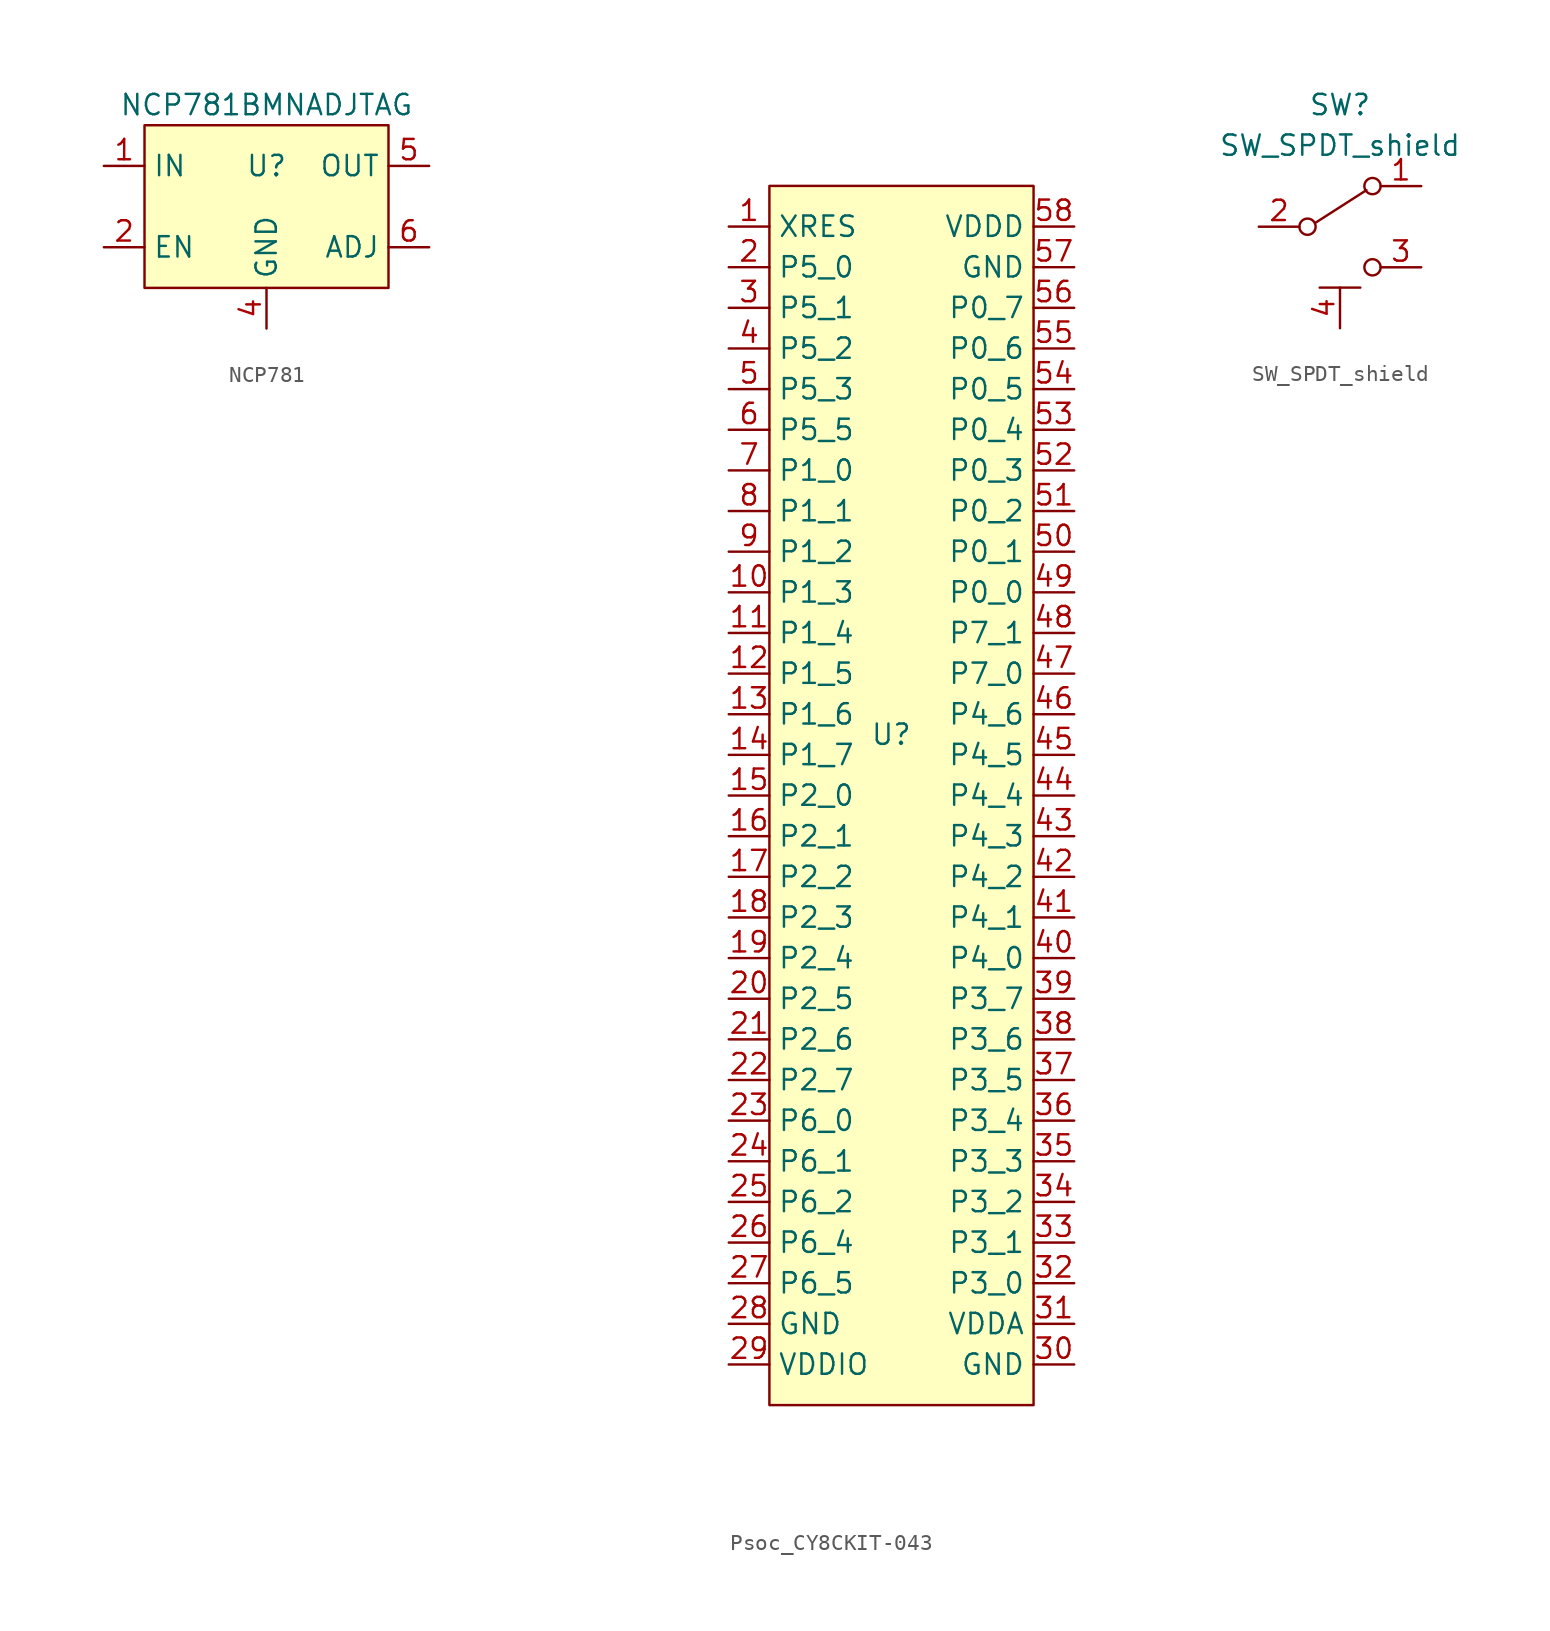
<source format=kicad_sym>
(kicad_symbol_lib
  (version 20231120)
  (generator "kicad_symbol_editor")
  (generator_version "8.0")
  (symbol "NCP781"
    (property "Reference" "U"
      (at 0 2.54 0)
      (effects (font (size 1.27 1.27))))
    (property "Value" "NCP781BMNADJTAG"
      (at 0 6.35 0)
      (effects (font (size 1.27 1.27))))
    (symbol "NCP781_1_1"
      (rectangle (start -7.62 5.08) (end 7.62 -5.08) (stroke (width 0) (type default)) (fill (type background)))
      (pin input line (at -10.16 2.54 0) (length 2.54) (name "IN" (effects (font (size 1.27 1.27)))) (number "1" (effects (font (size 1.27 1.27)))))
      (pin input line (at -10.16 -2.54 0) (length 2.54) (name "EN" (effects (font (size 1.27 1.27)))) (number "2" (effects (font (size 1.27 1.27)))))
      (pin passive line (at 0 -7.62 90) (length 2.54) (name "GND" (effects (font (size 1.27 1.27)))) (number "4" (effects (font (size 1.27 1.27)))))
      (pin output line (at 10.16 2.54 180) (length 2.54) (name "OUT" (effects (font (size 1.27 1.27)))) (number "5" (effects (font (size 1.27 1.27)))))
      (pin input line (at 10.16 -2.54 180) (length 2.54) (name "ADJ" (effects (font (size 1.27 1.27)))) (number "6" (effects (font (size 1.27 1.27)))))))
  (symbol "Psoc_CY8CKIT-043"
    (property "Reference" "U"
      (at 0 0 0)
      (effects (font (size 1.27 1.27))))
    (property "Value" ""
      (at -19.05 -20.32 0)
      (effects (font (size 1.27 1.27))))
    (symbol "Psoc_CY8CKIT-043_0_1"
      (rectangle (start -7.62 34.29) (end 8.89 -41.91) (stroke (width 0) (type default)) (fill (type background))))
    (symbol "Psoc_CY8CKIT-043_1_1"
      (pin unspecified line (at -10.16 31.75 0) (length 2.54) (name "XRES" (effects (font (size 1.27 1.27)))) (number "1" (effects (font (size 1.27 1.27)))))
      (pin unspecified line (at -10.16 8.89 0) (length 2.54) (name "P1_3" (effects (font (size 1.27 1.27)))) (number "10" (effects (font (size 1.27 1.27)))))
      (pin unspecified line (at -10.16 6.35 0) (length 2.54) (name "P1_4" (effects (font (size 1.27 1.27)))) (number "11" (effects (font (size 1.27 1.27)))))
      (pin unspecified line (at -10.16 3.81 0) (length 2.54) (name "P1_5" (effects (font (size 1.27 1.27)))) (number "12" (effects (font (size 1.27 1.27)))))
      (pin unspecified line (at -10.16 1.27 0) (length 2.54) (name "P1_6" (effects (font (size 1.27 1.27)))) (number "13" (effects (font (size 1.27 1.27)))))
      (pin unspecified line (at -10.16 -1.27 0) (length 2.54) (name "P1_7" (effects (font (size 1.27 1.27)))) (number "14" (effects (font (size 1.27 1.27)))))
      (pin unspecified line (at -10.16 -3.81 0) (length 2.54) (name "P2_0" (effects (font (size 1.27 1.27)))) (number "15" (effects (font (size 1.27 1.27)))))
      (pin unspecified line (at -10.16 -6.35 0) (length 2.54) (name "P2_1" (effects (font (size 1.27 1.27)))) (number "16" (effects (font (size 1.27 1.27)))))
      (pin unspecified line (at -10.16 -8.89 0) (length 2.54) (name "P2_2" (effects (font (size 1.27 1.27)))) (number "17" (effects (font (size 1.27 1.27)))))
      (pin unspecified line (at -10.16 -11.43 0) (length 2.54) (name "P2_3" (effects (font (size 1.27 1.27)))) (number "18" (effects (font (size 1.27 1.27)))))
      (pin unspecified line (at -10.16 -13.97 0) (length 2.54) (name "P2_4" (effects (font (size 1.27 1.27)))) (number "19" (effects (font (size 1.27 1.27)))))
      (pin unspecified line (at -10.16 29.21 0) (length 2.54) (name "P5_0" (effects (font (size 1.27 1.27)))) (number "2" (effects (font (size 1.27 1.27)))))
      (pin unspecified line (at -10.16 -16.51 0) (length 2.54) (name "P2_5" (effects (font (size 1.27 1.27)))) (number "20" (effects (font (size 1.27 1.27)))))
      (pin unspecified line (at -10.16 -19.05 0) (length 2.54) (name "P2_6" (effects (font (size 1.27 1.27)))) (number "21" (effects (font (size 1.27 1.27)))))
      (pin unspecified line (at -10.16 -21.59 0) (length 2.54) (name "P2_7" (effects (font (size 1.27 1.27)))) (number "22" (effects (font (size 1.27 1.27)))))
      (pin unspecified line (at -10.16 -24.13 0) (length 2.54) (name "P6_0" (effects (font (size 1.27 1.27)))) (number "23" (effects (font (size 1.27 1.27)))))
      (pin unspecified line (at -10.16 -26.67 0) (length 2.54) (name "P6_1" (effects (font (size 1.27 1.27)))) (number "24" (effects (font (size 1.27 1.27)))))
      (pin unspecified line (at -10.16 -29.21 0) (length 2.54) (name "P6_2" (effects (font (size 1.27 1.27)))) (number "25" (effects (font (size 1.27 1.27)))))
      (pin unspecified line (at -10.16 -31.75 0) (length 2.54) (name "P6_4" (effects (font (size 1.27 1.27)))) (number "26" (effects (font (size 1.27 1.27)))))
      (pin unspecified line (at -10.16 -34.29 0) (length 2.54) (name "P6_5" (effects (font (size 1.27 1.27)))) (number "27" (effects (font (size 1.27 1.27)))))
      (pin unspecified line (at -10.16 -36.83 0) (length 2.54) (name "GND" (effects (font (size 1.27 1.27)))) (number "28" (effects (font (size 1.27 1.27)))))
      (pin unspecified line (at -10.16 -39.37 0) (length 2.54) (name "VDDIO" (effects (font (size 1.27 1.27)))) (number "29" (effects (font (size 1.27 1.27)))))
      (pin unspecified line (at -10.16 26.67 0) (length 2.54) (name "P5_1" (effects (font (size 1.27 1.27)))) (number "3" (effects (font (size 1.27 1.27)))))
      (pin unspecified line (at 11.43 -39.37 180) (length 2.54) (name "GND" (effects (font (size 1.27 1.27)))) (number "30" (effects (font (size 1.27 1.27)))))
      (pin unspecified line (at 11.43 -36.83 180) (length 2.54) (name "VDDA" (effects (font (size 1.27 1.27)))) (number "31" (effects (font (size 1.27 1.27)))))
      (pin unspecified line (at 11.43 -34.29 180) (length 2.54) (name "P3_0" (effects (font (size 1.27 1.27)))) (number "32" (effects (font (size 1.27 1.27)))))
      (pin unspecified line (at 11.43 -31.75 180) (length 2.54) (name "P3_1" (effects (font (size 1.27 1.27)))) (number "33" (effects (font (size 1.27 1.27)))))
      (pin unspecified line (at 11.43 -29.21 180) (length 2.54) (name "P3_2" (effects (font (size 1.27 1.27)))) (number "34" (effects (font (size 1.27 1.27)))))
      (pin unspecified line (at 11.43 -26.67 180) (length 2.54) (name "P3_3" (effects (font (size 1.27 1.27)))) (number "35" (effects (font (size 1.27 1.27)))))
      (pin unspecified line (at 11.43 -24.13 180) (length 2.54) (name "P3_4" (effects (font (size 1.27 1.27)))) (number "36" (effects (font (size 1.27 1.27)))))
      (pin unspecified line (at 11.43 -21.59 180) (length 2.54) (name "P3_5" (effects (font (size 1.27 1.27)))) (number "37" (effects (font (size 1.27 1.27)))))
      (pin unspecified line (at 11.43 -19.05 180) (length 2.54) (name "P3_6" (effects (font (size 1.27 1.27)))) (number "38" (effects (font (size 1.27 1.27)))))
      (pin unspecified line (at 11.43 -16.51 180) (length 2.54) (name "P3_7" (effects (font (size 1.27 1.27)))) (number "39" (effects (font (size 1.27 1.27)))))
      (pin unspecified line (at -10.16 24.13 0) (length 2.54) (name "P5_2" (effects (font (size 1.27 1.27)))) (number "4" (effects (font (size 1.27 1.27)))))
      (pin unspecified line (at 11.43 -13.97 180) (length 2.54) (name "P4_0" (effects (font (size 1.27 1.27)))) (number "40" (effects (font (size 1.27 1.27)))))
      (pin unspecified line (at 11.43 -11.43 180) (length 2.54) (name "P4_1" (effects (font (size 1.27 1.27)))) (number "41" (effects (font (size 1.27 1.27)))))
      (pin unspecified line (at 11.43 -8.89 180) (length 2.54) (name "P4_2" (effects (font (size 1.27 1.27)))) (number "42" (effects (font (size 1.27 1.27)))))
      (pin unspecified line (at 11.43 -6.35 180) (length 2.54) (name "P4_3" (effects (font (size 1.27 1.27)))) (number "43" (effects (font (size 1.27 1.27)))))
      (pin unspecified line (at 11.43 -3.81 180) (length 2.54) (name "P4_4" (effects (font (size 1.27 1.27)))) (number "44" (effects (font (size 1.27 1.27)))))
      (pin unspecified line (at 11.43 -1.27 180) (length 2.54) (name "P4_5" (effects (font (size 1.27 1.27)))) (number "45" (effects (font (size 1.27 1.27)))))
      (pin unspecified line (at 11.43 1.27 180) (length 2.54) (name "P4_6" (effects (font (size 1.27 1.27)))) (number "46" (effects (font (size 1.27 1.27)))))
      (pin unspecified line (at 11.43 3.81 180) (length 2.54) (name "P7_0" (effects (font (size 1.27 1.27)))) (number "47" (effects (font (size 1.27 1.27)))))
      (pin unspecified line (at 11.43 6.35 180) (length 2.54) (name "P7_1" (effects (font (size 1.27 1.27)))) (number "48" (effects (font (size 1.27 1.27)))))
      (pin unspecified line (at 11.43 8.89 180) (length 2.54) (name "P0_0" (effects (font (size 1.27 1.27)))) (number "49" (effects (font (size 1.27 1.27)))))
      (pin unspecified line (at -10.16 21.59 0) (length 2.54) (name "P5_3" (effects (font (size 1.27 1.27)))) (number "5" (effects (font (size 1.27 1.27)))))
      (pin unspecified line (at 11.43 11.43 180) (length 2.54) (name "P0_1" (effects (font (size 1.27 1.27)))) (number "50" (effects (font (size 1.27 1.27)))))
      (pin unspecified line (at 11.43 13.97 180) (length 2.54) (name "P0_2" (effects (font (size 1.27 1.27)))) (number "51" (effects (font (size 1.27 1.27)))))
      (pin unspecified line (at 11.43 16.51 180) (length 2.54) (name "P0_3" (effects (font (size 1.27 1.27)))) (number "52" (effects (font (size 1.27 1.27)))))
      (pin unspecified line (at 11.43 19.05 180) (length 2.54) (name "P0_4" (effects (font (size 1.27 1.27)))) (number "53" (effects (font (size 1.27 1.27)))))
      (pin unspecified line (at 11.43 21.59 180) (length 2.54) (name "P0_5" (effects (font (size 1.27 1.27)))) (number "54" (effects (font (size 1.27 1.27)))))
      (pin unspecified line (at 11.43 24.13 180) (length 2.54) (name "P0_6" (effects (font (size 1.27 1.27)))) (number "55" (effects (font (size 1.27 1.27)))))
      (pin unspecified line (at 11.43 26.67 180) (length 2.54) (name "P0_7" (effects (font (size 1.27 1.27)))) (number "56" (effects (font (size 1.27 1.27)))))
      (pin unspecified line (at 11.43 29.21 180) (length 2.54) (name "GND" (effects (font (size 1.27 1.27)))) (number "57" (effects (font (size 1.27 1.27)))))
      (pin unspecified line (at 11.43 31.75 180) (length 2.54) (name "VDDD" (effects (font (size 1.27 1.27)))) (number "58" (effects (font (size 1.27 1.27)))))
      (pin unspecified line (at -10.16 19.05 0) (length 2.54) (name "P5_5" (effects (font (size 1.27 1.27)))) (number "6" (effects (font (size 1.27 1.27)))))
      (pin unspecified line (at -10.16 16.51 0) (length 2.54) (name "P1_0" (effects (font (size 1.27 1.27)))) (number "7" (effects (font (size 1.27 1.27)))))
      (pin unspecified line (at -10.16 13.97 0) (length 2.54) (name "P1_1" (effects (font (size 1.27 1.27)))) (number "8" (effects (font (size 1.27 1.27)))))
      (pin unspecified line (at -10.16 11.43 0) (length 2.54) (name "P1_2" (effects (font (size 1.27 1.27)))) (number "9" (effects (font (size 1.27 1.27)))))))
  (symbol "SW_SPDT_shield"
    (pin_names
      (offset 0) hide)
    (property "Reference" "SW"
      (at 0 7.62 0)
      (effects (font (size 1.27 1.27))))
    (property "Value" "SW_SPDT_shield"
      (at 0 5.08 0)
      (effects (font (size 1.27 1.27))))
    (symbol "SW_SPDT_shield_0_0"
      (circle (center -2.032 0) (radius 0.508) (stroke (width 0) (type default)) (fill (type none)))
      (circle (center 2.032 -2.54) (radius 0.508) (stroke (width 0) (type default)) (fill (type none))))
    (symbol "SW_SPDT_shield_0_1"
      (polyline (pts (xy -1.524 0.254) (xy 1.651 2.286)) (stroke (width 0) (type default)) (fill (type none)))
      (polyline (pts (xy 1.27 -3.81) (xy -1.27 -3.81)) (stroke (width 0) (type default)) (fill (type none)))
      (circle (center 2.032 2.54) (radius 0.508) (stroke (width 0) (type default)) (fill (type none))))
    (symbol "SW_SPDT_shield_1_1"
      (pin passive line (at 5.08 2.54 180) (length 2.54) (name "A" (effects (font (size 1.27 1.27)))) (number "1" (effects (font (size 1.27 1.27)))))
      (pin passive line (at -5.08 0 0) (length 2.54) (name "B" (effects (font (size 1.27 1.27)))) (number "2" (effects (font (size 1.27 1.27)))))
      (pin passive line (at 5.08 -2.54 180) (length 2.54) (name "C" (effects (font (size 1.27 1.27)))) (number "3" (effects (font (size 1.27 1.27)))))
      (pin passive line (at 0 -6.35 90) (length 2.54) (name "Shield" (effects (font (size 1.27 1.27)))) (number "4" (effects (font (size 1.27 1.27))))))))
</source>
